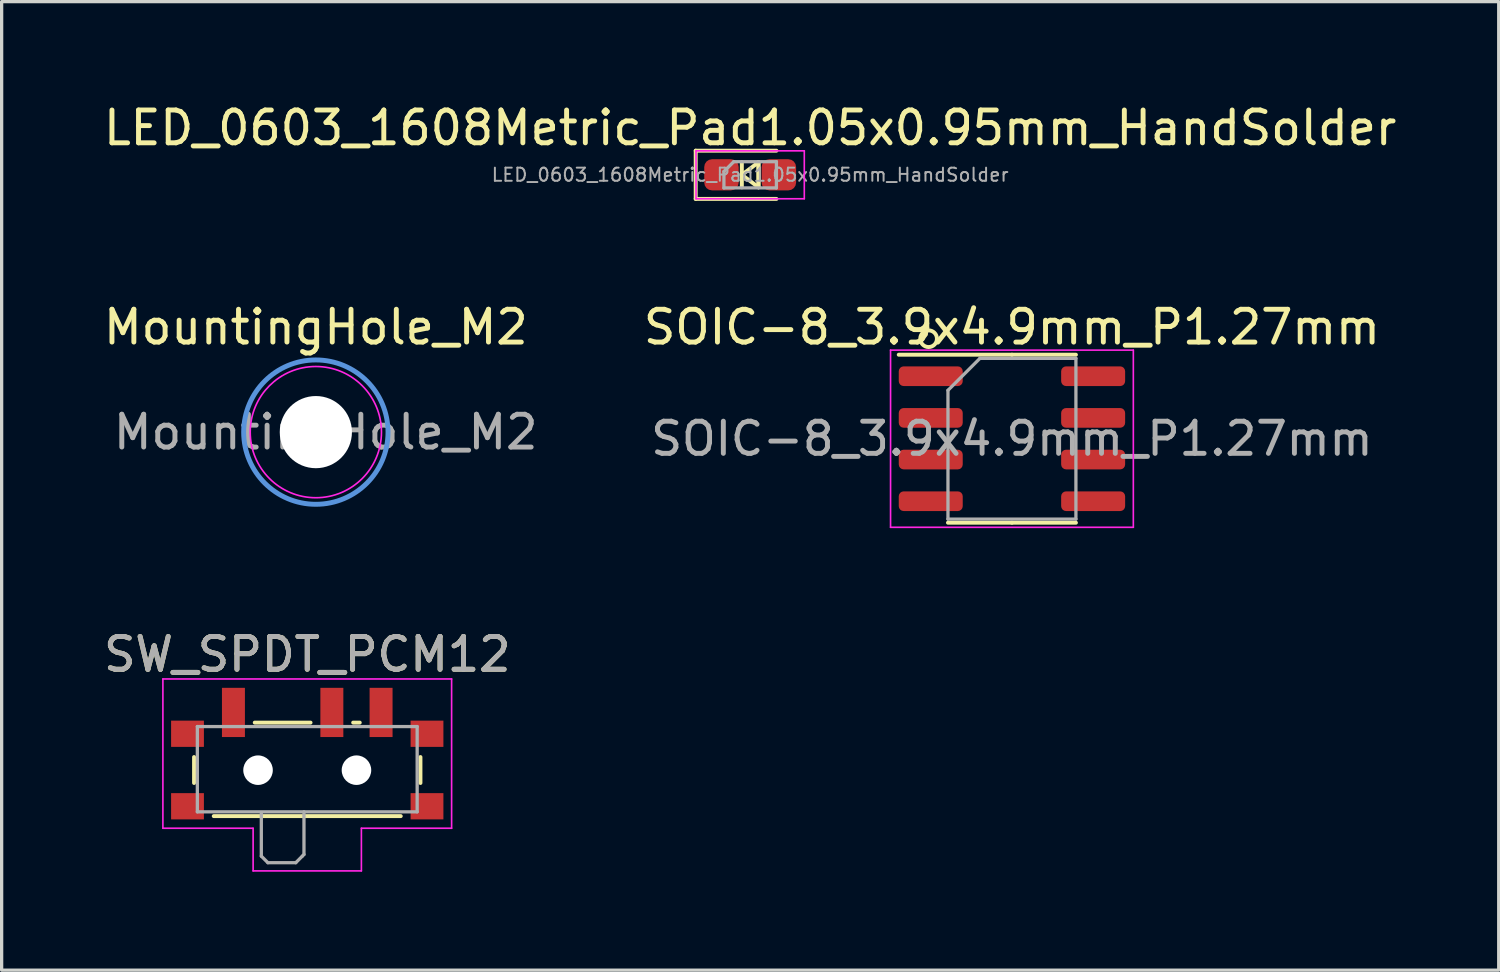
<source format=kicad_pcb>
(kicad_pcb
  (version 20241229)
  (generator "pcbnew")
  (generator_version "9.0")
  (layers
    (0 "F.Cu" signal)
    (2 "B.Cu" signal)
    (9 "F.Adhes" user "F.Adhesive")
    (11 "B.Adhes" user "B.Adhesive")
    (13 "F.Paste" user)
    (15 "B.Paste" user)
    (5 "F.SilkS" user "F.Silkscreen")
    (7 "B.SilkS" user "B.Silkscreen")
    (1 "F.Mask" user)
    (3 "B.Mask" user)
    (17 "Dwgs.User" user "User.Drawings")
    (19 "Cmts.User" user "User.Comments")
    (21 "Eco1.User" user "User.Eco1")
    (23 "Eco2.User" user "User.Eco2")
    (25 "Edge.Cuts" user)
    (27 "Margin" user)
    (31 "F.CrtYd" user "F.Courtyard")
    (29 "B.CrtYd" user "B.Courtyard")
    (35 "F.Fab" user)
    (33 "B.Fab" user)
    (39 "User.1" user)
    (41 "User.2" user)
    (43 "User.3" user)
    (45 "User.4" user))
  (footprint "SW_SPDT_PCM12"
    (layer "F.Cu")
    (at 6.315 20.095)
    (property "Reference" "SW_SPDT_PCM12" (at 0 -3.2 0) (layer "F.SilkS") (effects (font (size 1 1) (thickness 0.15))))
    (attr smd)
    (fp_line (start -3.45 -0.07) (end -3.45 0.72) (stroke (width 0.12) (type solid)) (layer "F.SilkS"))
    (fp_line (start -2.85 1.73) (end 2.85 1.73) (stroke (width 0.12) (type solid)) (layer "F.SilkS"))
    (fp_line (start -1.6 -1.12) (end 0.1 -1.12) (stroke (width 0.12) (type solid)) (layer "F.SilkS"))
    (fp_line (start 1.4 -1.12) (end 1.6 -1.12) (stroke (width 0.12) (type solid)) (layer "F.SilkS"))
    (fp_line (start 3.45 0.72) (end 3.45 -0.07) (stroke (width 0.12) (type solid)) (layer "F.SilkS"))
    (fp_line (start -4.4 -2.45) (end 4.4 -2.45) (stroke (width 0.05) (type solid)) (layer "F.CrtYd"))
    (fp_line (start -4.4 2.1) (end -4.4 -2.45) (stroke (width 0.05) (type solid)) (layer "F.CrtYd"))
    (fp_line (start -1.65 2.1) (end -4.4 2.1) (stroke (width 0.05) (type solid)) (layer "F.CrtYd"))
    (fp_line (start -1.65 3.4) (end -1.65 2.1) (stroke (width 0.05) (type solid)) (layer "F.CrtYd"))
    (fp_line (start 1.65 2.1) (end 1.65 3.4) (stroke (width 0.05) (type solid)) (layer "F.CrtYd"))
    (fp_line (start 1.65 3.4) (end -1.65 3.4) (stroke (width 0.05) (type solid)) (layer "F.CrtYd"))
    (fp_line (start 4.4 -2.45) (end 4.4 2.1) (stroke (width 0.05) (type solid)) (layer "F.CrtYd"))
    (fp_line (start 4.4 2.1) (end 1.65 2.1) (stroke (width 0.05) (type solid)) (layer "F.CrtYd"))
    (fp_line (start -3.35 -1) (end -3.35 1.6) (stroke (width 0.1) (type solid)) (layer "F.Fab"))
    (fp_line (start -3.35 1.6) (end 3.35 1.6) (stroke (width 0.1) (type solid)) (layer "F.Fab"))
    (fp_line (start -1.4 1.65) (end -1.4 2.95) (stroke (width 0.1) (type solid)) (layer "F.Fab"))
    (fp_line (start -1.4 2.95) (end -1.2 3.15) (stroke (width 0.1) (type solid)) (layer "F.Fab"))
    (fp_line (start -1.2 3.15) (end -0.35 3.15) (stroke (width 0.1) (type solid)) (layer "F.Fab"))
    (fp_line (start -0.35 3.15) (end -0.15 2.95) (stroke (width 0.1) (type solid)) (layer "F.Fab"))
    (fp_line (start -0.15 2.95) (end -0.1 2.9) (stroke (width 0.1) (type solid)) (layer "F.Fab"))
    (fp_line (start -0.1 2.9) (end -0.1 1.6) (stroke (width 0.1) (type solid)) (layer "F.Fab"))
    (fp_line (start 3.35 -1) (end -3.35 -1) (stroke (width 0.1) (type solid)) (layer "F.Fab"))
    (fp_line (start 3.35 1.6) (end 3.35 -1) (stroke (width 0.1) (type solid)) (layer "F.Fab"))
    (fp_text user "${REFERENCE}" (at 0 -3.2 0) (layer "F.Fab") (effects (font (size 1 1) (thickness 0.15))))
    (pad "" smd rect (at -3.65 -0.78) (size 1 0.8) (layers "F.Cu" "F.Mask" "F.Paste"))
    (pad "" smd rect (at -3.65 1.43) (size 1 0.8) (layers "F.Cu" "F.Mask" "F.Paste"))
    (pad "" np_thru_hole circle (at -1.5 0.33) (size 0.9 0.9) (drill 0.9) (layers "*.Cu" "*.Mask"))
    (pad "" np_thru_hole circle (at 1.5 0.33) (size 0.9 0.9) (drill 0.9) (layers "*.Cu" "*.Mask"))
    (pad "" smd rect (at 3.65 -0.78) (size 1 0.8) (layers "F.Cu" "F.Mask" "F.Paste"))
    (pad "" smd rect (at 3.65 1.43) (size 1 0.8) (layers "F.Cu" "F.Mask" "F.Paste"))
    (pad "1" smd rect (at -2.25 -1.43) (size 0.7 1.5) (layers "F.Cu" "F.Mask" "F.Paste"))
    (pad "2" smd rect (at 0.75 -1.43) (size 0.7 1.5) (layers "F.Cu" "F.Mask" "F.Paste"))
    (pad "3" smd rect (at 2.25 -1.43) (size 0.7 1.5) (layers "F.Cu" "F.Mask" "F.Paste")))
  (footprint "MountingHole_M2"
    (layer "F.Cu")
    (at 6.577 10.121)
    (property "Reference" "MountingHole_M2" (at 0 -3.2 0) (layer "F.SilkS") (effects (font (size 1 1) (thickness 0.15))))
    (attr exclude_from_pos_files exclude_from_bom)
    (fp_circle (center 0 0) (end 2.2 0) (stroke (width 0.15) (type solid)) (fill no) (layer "Cmts.User"))
    (fp_circle (center 0 0) (end 2 0) (stroke (width 0.05) (type solid)) (fill no) (layer "F.CrtYd"))
    (fp_text user "${REFERENCE}" (at 0.3 0 0) (layer "F.Fab") (effects (font (size 1 1) (thickness 0.15))))
    (pad "" np_thru_hole circle (at 0 0) (size 2.2 2.2) (drill 2.2) (layers "*.Cu" "*.Mask")))
  (footprint "LED_0603_1608Metric_Pad1.05x0.95mm_HandSolder"
    (layer "F.Cu")
    (at 19.815 2.278)
    (property "Reference" "LED_0603_1608Metric_Pad1.05x0.95mm_HandSolder" (at 0 -1.43 0) (layer "F.SilkS") (effects (font (size 1 1) (thickness 0.15))))
    (attr smd)
    (fp_line (start -1.66 -0.735) (end -1.66 0.735) (stroke (width 0.12) (type solid)) (layer "F.SilkS"))
    (fp_line (start -1.66 0.735) (end 0.8 0.735) (stroke (width 0.12) (type solid)) (layer "F.SilkS"))
    (fp_line (start -0.254 0) (end 0.254 -0.381) (stroke (width 0.12) (type solid)) (layer "F.SilkS"))
    (fp_line (start -0.254 0.381) (end -0.254 -0.381) (stroke (width 0.12) (type solid)) (layer "F.SilkS"))
    (fp_line (start 0.254 -0.381) (end 0.254 0.381) (stroke (width 0.12) (type solid)) (layer "F.SilkS"))
    (fp_line (start 0.254 0.381) (end -0.254 0) (stroke (width 0.12) (type solid)) (layer "F.SilkS"))
    (fp_line (start 0.254 0.381) (end 0.254 -0.381) (stroke (width 0.12) (type solid)) (layer "F.SilkS"))
    (fp_line (start 0.8 -0.735) (end -1.66 -0.735) (stroke (width 0.12) (type solid)) (layer "F.SilkS"))
    (fp_line (start -1.65 -0.73) (end 1.65 -0.73) (stroke (width 0.05) (type solid)) (layer "F.CrtYd"))
    (fp_line (start -1.65 0.73) (end -1.65 -0.73) (stroke (width 0.05) (type solid)) (layer "F.CrtYd"))
    (fp_line (start 1.65 -0.73) (end 1.65 0.73) (stroke (width 0.05) (type solid)) (layer "F.CrtYd"))
    (fp_line (start 1.65 0.73) (end -1.65 0.73) (stroke (width 0.05) (type solid)) (layer "F.CrtYd"))
    (fp_line (start -0.8 -0.1) (end -0.8 0.4) (stroke (width 0.1) (type solid)) (layer "F.Fab"))
    (fp_line (start -0.8 0.4) (end 0.8 0.4) (stroke (width 0.1) (type solid)) (layer "F.Fab"))
    (fp_line (start -0.5 -0.4) (end -0.8 -0.1) (stroke (width 0.1) (type solid)) (layer "F.Fab"))
    (fp_line (start 0.8 -0.4) (end -0.5 -0.4) (stroke (width 0.1) (type solid)) (layer "F.Fab"))
    (fp_line (start 0.8 0.4) (end 0.8 -0.4) (stroke (width 0.1) (type solid)) (layer "F.Fab"))
    (fp_text user "${REFERENCE}" (at 0 0 0) (layer "F.Fab") (effects (font (size 0.4 0.4) (thickness 0.06))))
    (pad "1" smd roundrect (at -0.875 0) (size 1.05 0.95) (layers "F.Cu" "F.Mask" "F.Paste") (roundrect_rratio 0.25))
    (pad "2" smd roundrect (at 0.875 0) (size 1.05 0.95) (layers "F.Cu" "F.Mask" "F.Paste") (roundrect_rratio 0.25)))
  (footprint "SOIC-8_3.9x4.9mm_P1.27mm"
    (layer "F.Cu")
    (at 27.794 10.322)
    (property "Reference" "SOIC-8_3.9x4.9mm_P1.27mm" (at 0 -3.4 0) (layer "F.SilkS") (effects (font (size 1 1) (thickness 0.15))))
    (attr smd)
    (fp_line (start 0 -2.56) (end -3.45 -2.56) (stroke (width 0.12) (type solid)) (layer "F.SilkS"))
    (fp_line (start 0 -2.56) (end 1.95 -2.56) (stroke (width 0.12) (type solid)) (layer "F.SilkS"))
    (fp_line (start 0 2.56) (end -1.95 2.56) (stroke (width 0.12) (type solid)) (layer "F.SilkS"))
    (fp_line (start 0 2.56) (end 1.95 2.56) (stroke (width 0.12) (type solid)) (layer "F.SilkS"))
    (fp_circle (center -2.54 -3.048) (end -2.54 -2.794) (stroke (width 0.12) (type solid)) (fill no) (layer "F.SilkS"))
    (fp_line (start -3.7 -2.7) (end -3.7 2.7) (stroke (width 0.05) (type solid)) (layer "F.CrtYd"))
    (fp_line (start -3.7 2.7) (end 3.7 2.7) (stroke (width 0.05) (type solid)) (layer "F.CrtYd"))
    (fp_line (start 3.7 -2.7) (end -3.7 -2.7) (stroke (width 0.05) (type solid)) (layer "F.CrtYd"))
    (fp_line (start 3.7 2.7) (end 3.7 -2.7) (stroke (width 0.05) (type solid)) (layer "F.CrtYd"))
    (fp_line (start -1.95 -1.475) (end -0.975 -2.45) (stroke (width 0.1) (type solid)) (layer "F.Fab"))
    (fp_line (start -1.95 2.45) (end -1.95 -1.475) (stroke (width 0.1) (type solid)) (layer "F.Fab"))
    (fp_line (start -0.975 -2.45) (end 1.95 -2.45) (stroke (width 0.1) (type solid)) (layer "F.Fab"))
    (fp_line (start 1.95 -2.45) (end 1.95 2.45) (stroke (width 0.1) (type solid)) (layer "F.Fab"))
    (fp_line (start 1.95 2.45) (end -1.95 2.45) (stroke (width 0.1) (type solid)) (layer "F.Fab"))
    (fp_text user "${REFERENCE}" (at 0 0 0) (layer "F.Fab") (effects (font (size 0.98 0.98) (thickness 0.15))))
    (pad "1" smd roundrect (at -2.475 -1.905) (size 1.95 0.6) (layers "F.Cu" "F.Mask" "F.Paste") (roundrect_rratio 0.25))
    (pad "2" smd roundrect (at -2.475 -0.635) (size 1.95 0.6) (layers "F.Cu" "F.Mask" "F.Paste") (roundrect_rratio 0.25))
    (pad "3" smd roundrect (at -2.475 0.635) (size 1.95 0.6) (layers "F.Cu" "F.Mask" "F.Paste") (roundrect_rratio 0.25))
    (pad "4" smd roundrect (at -2.475 1.905) (size 1.95 0.6) (layers "F.Cu" "F.Mask" "F.Paste") (roundrect_rratio 0.25))
    (pad "5" smd roundrect (at 2.475 1.905) (size 1.95 0.6) (layers "F.Cu" "F.Mask" "F.Paste") (roundrect_rratio 0.25))
    (pad "6" smd roundrect (at 2.475 0.635) (size 1.95 0.6) (layers "F.Cu" "F.Mask" "F.Paste") (roundrect_rratio 0.25))
    (pad "7" smd roundrect (at 2.475 -0.635) (size 1.95 0.6) (layers "F.Cu" "F.Mask" "F.Paste") (roundrect_rratio 0.25))
    (pad "8" smd roundrect (at 2.475 -1.905) (size 1.95 0.6) (layers "F.Cu" "F.Mask" "F.Paste") (roundrect_rratio 0.25)))
  (gr_rect
    (start -3 -3)
    (end 42.631 26.52)
    (stroke (width 0.1) (type default))
    (fill no)
    (layer "Edge.Cuts")))
</source>
